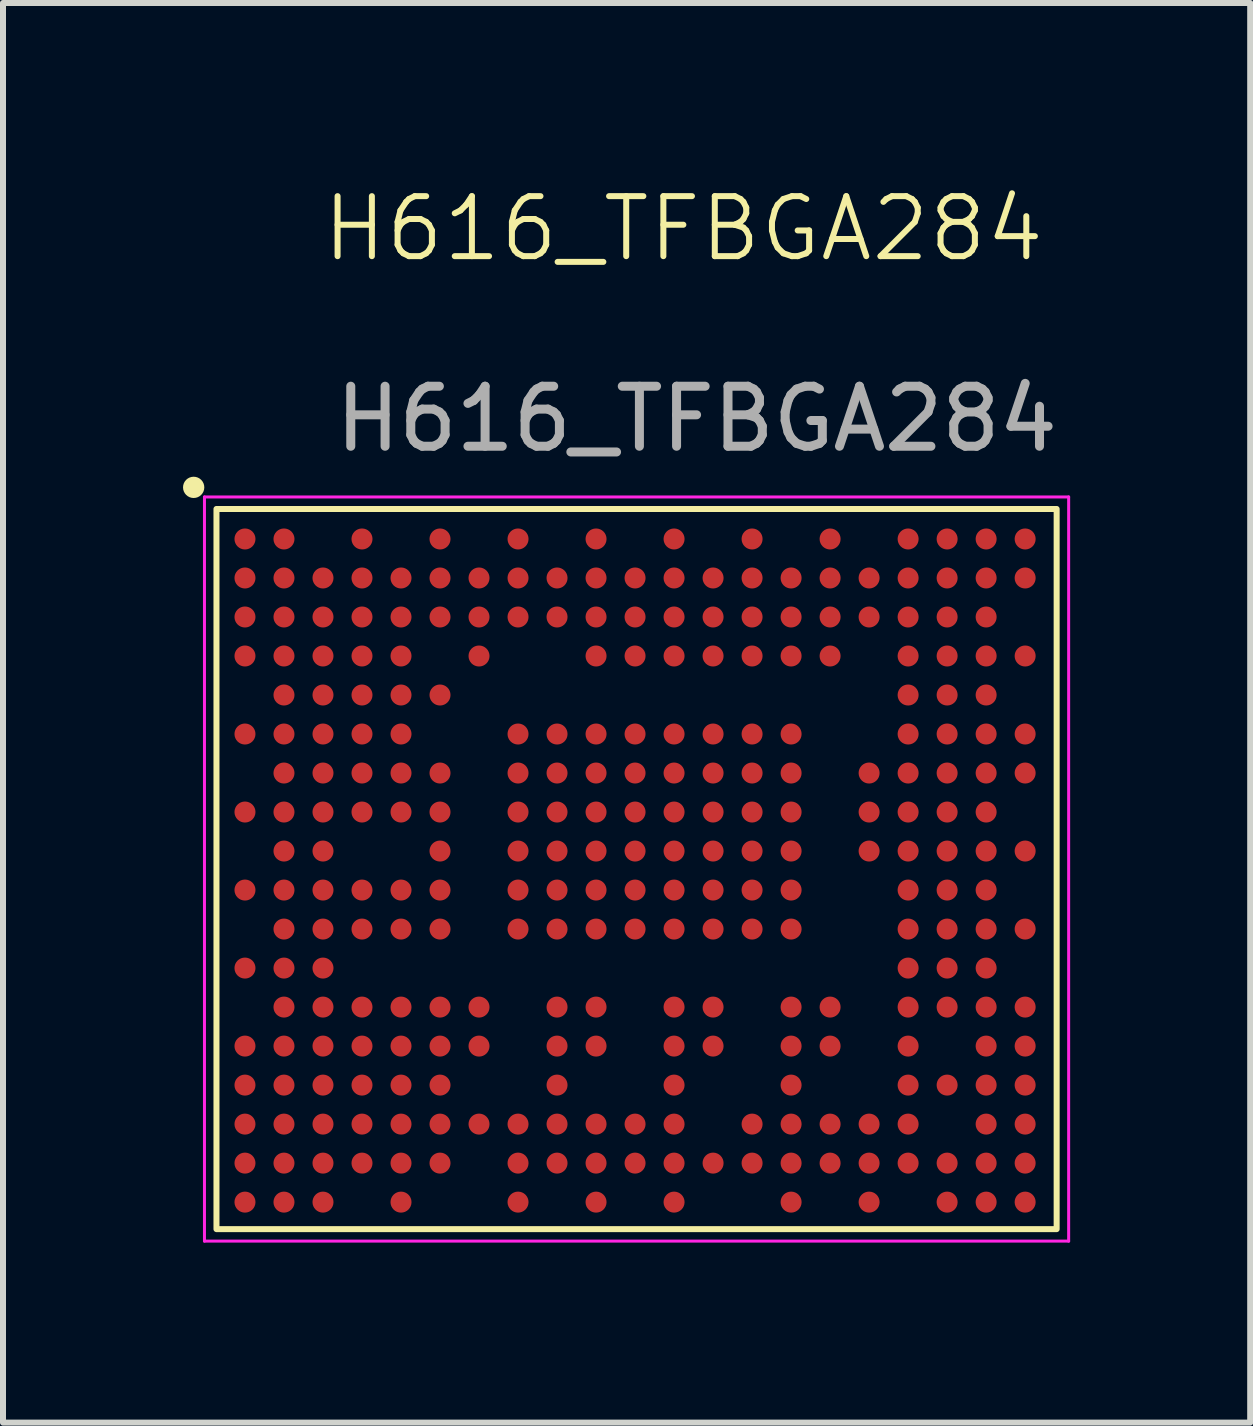
<source format=kicad_pcb>
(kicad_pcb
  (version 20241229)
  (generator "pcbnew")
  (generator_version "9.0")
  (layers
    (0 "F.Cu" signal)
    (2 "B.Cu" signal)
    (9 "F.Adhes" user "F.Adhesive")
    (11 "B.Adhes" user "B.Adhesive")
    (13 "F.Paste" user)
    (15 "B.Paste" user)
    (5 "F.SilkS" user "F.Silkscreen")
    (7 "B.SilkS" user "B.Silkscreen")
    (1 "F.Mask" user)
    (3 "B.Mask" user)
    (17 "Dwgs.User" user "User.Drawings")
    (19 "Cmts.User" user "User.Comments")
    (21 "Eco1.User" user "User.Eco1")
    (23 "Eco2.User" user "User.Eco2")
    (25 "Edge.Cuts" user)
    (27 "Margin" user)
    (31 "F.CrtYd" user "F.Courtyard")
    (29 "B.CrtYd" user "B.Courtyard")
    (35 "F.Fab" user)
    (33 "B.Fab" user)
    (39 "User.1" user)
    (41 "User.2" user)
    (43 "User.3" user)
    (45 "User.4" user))
  (footprint "H616_TFBGA284"
    (layer "F.Cu")
    (at 7.557 11.431)
    (property "Reference" "H616_TFBGA284" (at 0.78 -10.67 0) (unlocked yes) (layer "F.SilkS") (effects (font (size 1 1) (thickness 0.1))))
    (attr smd)
    (fp_rect (start -7 -6) (end 7 6) (stroke (width 0.1) (type default)) (fill no) (layer "F.SilkS"))
    (fp_circle (center -7.38 -6.36) (end -7.38 -6.36) (stroke (width 0.1) (type default)) (fill no) (layer "F.SilkS"))
    (fp_circle (center -7.38 -6.36) (end -7.35 -6.33) (stroke (width 0.1) (type default)) (fill no) (layer "F.SilkS"))
    (fp_circle (center -7.38 -6.36) (end -7.29 -6.27) (stroke (width 0.1) (type default)) (fill no) (layer "F.SilkS"))
    (fp_line (start -7.2 -6.2) (end -7.2 6.2) (stroke (width 0.05) (type default)) (layer "F.CrtYd"))
    (fp_line (start -7.2 6.2) (end 7.2 6.2) (stroke (width 0.05) (type default)) (layer "F.CrtYd"))
    (fp_line (start 7.2 -6.2) (end -7.2 -6.2) (stroke (width 0.05) (type default)) (layer "F.CrtYd"))
    (fp_line (start 7.2 6.2) (end 7.2 -6.2) (stroke (width 0.05) (type default)) (layer "F.CrtYd"))
    (fp_text user "${REFERENCE}" (at 1 -7.5 0) (unlocked yes) (layer "F.Fab") (effects (font (size 1 1) (thickness 0.15))))
    (pad "A1" smd circle (at -6.525 -5.5) (size 0.35 0.35) (layers "F.Cu" "F.Mask" "F.Paste"))
    (pad "A2" smd circle (at -5.875 -5.5) (size 0.35 0.35) (layers "F.Cu" "F.Mask" "F.Paste"))
    (pad "A4" smd circle (at -4.575 -5.5) (size 0.35 0.35) (layers "F.Cu" "F.Mask" "F.Paste"))
    (pad "A6" smd circle (at -3.275 -5.5) (size 0.35 0.35) (layers "F.Cu" "F.Mask" "F.Paste"))
    (pad "A8" smd circle (at -1.975 -5.5) (size 0.35 0.35) (layers "F.Cu" "F.Mask" "F.Paste"))
    (pad "A10" smd circle (at -0.675 -5.5) (size 0.35 0.35) (layers "F.Cu" "F.Mask" "F.Paste"))
    (pad "A12" smd circle (at 0.625 -5.5) (size 0.35 0.35) (layers "F.Cu" "F.Mask" "F.Paste"))
    (pad "A14" smd circle (at 1.925 -5.5) (size 0.35 0.35) (layers "F.Cu" "F.Mask" "F.Paste"))
    (pad "A16" smd circle (at 3.225 -5.5) (size 0.35 0.35) (layers "F.Cu" "F.Mask" "F.Paste"))
    (pad "A18" smd circle (at 4.525 -5.5) (size 0.35 0.35) (layers "F.Cu" "F.Mask" "F.Paste"))
    (pad "A19" smd circle (at 5.175 -5.5) (size 0.35 0.35) (layers "F.Cu" "F.Mask" "F.Paste"))
    (pad "A20" smd circle (at 5.825 -5.5) (size 0.35 0.35) (layers "F.Cu" "F.Mask" "F.Paste"))
    (pad "A21" smd circle (at 6.475 -5.5) (size 0.35 0.35) (layers "F.Cu" "F.Mask" "F.Paste"))
    (pad "B1" smd circle (at -6.525 -4.85) (size 0.35 0.35) (layers "F.Cu" "F.Mask" "F.Paste"))
    (pad "B2" smd circle (at -5.875 -4.85) (size 0.35 0.35) (layers "F.Cu" "F.Mask" "F.Paste"))
    (pad "B3" smd circle (at -5.225 -4.85) (size 0.35 0.35) (layers "F.Cu" "F.Mask" "F.Paste"))
    (pad "B4" smd circle (at -4.575 -4.85) (size 0.35 0.35) (layers "F.Cu" "F.Mask" "F.Paste"))
    (pad "B5" smd circle (at -3.925 -4.85) (size 0.35 0.35) (layers "F.Cu" "F.Mask" "F.Paste"))
    (pad "B6" smd circle (at -3.275 -4.85) (size 0.35 0.35) (layers "F.Cu" "F.Mask" "F.Paste"))
    (pad "B7" smd circle (at -2.625 -4.85) (size 0.35 0.35) (layers "F.Cu" "F.Mask" "F.Paste"))
    (pad "B8" smd circle (at -1.975 -4.85) (size 0.35 0.35) (layers "F.Cu" "F.Mask" "F.Paste"))
    (pad "B9" smd circle (at -1.325 -4.85) (size 0.35 0.35) (layers "F.Cu" "F.Mask" "F.Paste"))
    (pad "B10" smd circle (at -0.675 -4.85) (size 0.35 0.35) (layers "F.Cu" "F.Mask" "F.Paste"))
    (pad "B11" smd circle (at -0.025 -4.85) (size 0.35 0.35) (layers "F.Cu" "F.Mask" "F.Paste"))
    (pad "B12" smd circle (at 0.625 -4.85) (size 0.35 0.35) (layers "F.Cu" "F.Mask" "F.Paste"))
    (pad "B13" smd circle (at 1.275 -4.85) (size 0.35 0.35) (layers "F.Cu" "F.Mask" "F.Paste"))
    (pad "B14" smd circle (at 1.925 -4.85) (size 0.35 0.35) (layers "F.Cu" "F.Mask" "F.Paste"))
    (pad "B15" smd circle (at 2.575 -4.85) (size 0.35 0.35) (layers "F.Cu" "F.Mask" "F.Paste"))
    (pad "B16" smd circle (at 3.225 -4.85) (size 0.35 0.35) (layers "F.Cu" "F.Mask" "F.Paste"))
    (pad "B17" smd circle (at 3.875 -4.85) (size 0.35 0.35) (layers "F.Cu" "F.Mask" "F.Paste"))
    (pad "B18" smd circle (at 4.525 -4.85) (size 0.35 0.35) (layers "F.Cu" "F.Mask" "F.Paste"))
    (pad "B19" smd circle (at 5.175 -4.85) (size 0.35 0.35) (layers "F.Cu" "F.Mask" "F.Paste"))
    (pad "B20" smd circle (at 5.825 -4.85) (size 0.35 0.35) (layers "F.Cu" "F.Mask" "F.Paste"))
    (pad "B21" smd circle (at 6.475 -4.85) (size 0.35 0.35) (layers "F.Cu" "F.Mask" "F.Paste"))
    (pad "C1" smd circle (at -6.525 -4.2) (size 0.35 0.35) (layers "F.Cu" "F.Mask" "F.Paste"))
    (pad "C2" smd circle (at -5.875 -4.2) (size 0.35 0.35) (layers "F.Cu" "F.Mask" "F.Paste"))
    (pad "C3" smd circle (at -5.225 -4.2) (size 0.35 0.35) (layers "F.Cu" "F.Mask" "F.Paste"))
    (pad "C4" smd circle (at -4.575 -4.2) (size 0.35 0.35) (layers "F.Cu" "F.Mask" "F.Paste"))
    (pad "C5" smd circle (at -3.925 -4.2) (size 0.35 0.35) (layers "F.Cu" "F.Mask" "F.Paste"))
    (pad "C6" smd circle (at -3.275 -4.2) (size 0.35 0.35) (layers "F.Cu" "F.Mask" "F.Paste"))
    (pad "C7" smd circle (at -2.625 -4.2) (size 0.35 0.35) (layers "F.Cu" "F.Mask" "F.Paste"))
    (pad "C8" smd circle (at -1.975 -4.2) (size 0.35 0.35) (layers "F.Cu" "F.Mask" "F.Paste"))
    (pad "C9" smd circle (at -1.325 -4.2) (size 0.35 0.35) (layers "F.Cu" "F.Mask" "F.Paste"))
    (pad "C10" smd circle (at -0.675 -4.2) (size 0.35 0.35) (layers "F.Cu" "F.Mask" "F.Paste"))
    (pad "C11" smd circle (at -0.025 -4.2) (size 0.35 0.35) (layers "F.Cu" "F.Mask" "F.Paste"))
    (pad "C12" smd circle (at 0.625 -4.2) (size 0.35 0.35) (layers "F.Cu" "F.Mask" "F.Paste"))
    (pad "C13" smd circle (at 1.275 -4.2) (size 0.35 0.35) (layers "F.Cu" "F.Mask" "F.Paste"))
    (pad "C14" smd circle (at 1.925 -4.2) (size 0.35 0.35) (layers "F.Cu" "F.Mask" "F.Paste"))
    (pad "C15" smd circle (at 2.575 -4.2) (size 0.35 0.35) (layers "F.Cu" "F.Mask" "F.Paste"))
    (pad "C16" smd circle (at 3.225 -4.2) (size 0.35 0.35) (layers "F.Cu" "F.Mask" "F.Paste"))
    (pad "C17" smd circle (at 3.875 -4.2) (size 0.35 0.35) (layers "F.Cu" "F.Mask" "F.Paste"))
    (pad "C18" smd circle (at 4.525 -4.2) (size 0.35 0.35) (layers "F.Cu" "F.Mask" "F.Paste"))
    (pad "C19" smd circle (at 5.175 -4.2) (size 0.35 0.35) (layers "F.Cu" "F.Mask" "F.Paste"))
    (pad "C20" smd circle (at 5.825 -4.2) (size 0.35 0.35) (layers "F.Cu" "F.Mask" "F.Paste"))
    (pad "D1" smd circle (at -6.525 -3.55) (size 0.35 0.35) (layers "F.Cu" "F.Mask" "F.Paste"))
    (pad "D2" smd circle (at -5.875 -3.55) (size 0.35 0.35) (layers "F.Cu" "F.Mask" "F.Paste"))
    (pad "D3" smd circle (at -5.225 -3.55) (size 0.35 0.35) (layers "F.Cu" "F.Mask" "F.Paste"))
    (pad "D4" smd circle (at -4.575 -3.55) (size 0.35 0.35) (layers "F.Cu" "F.Mask" "F.Paste"))
    (pad "D5" smd circle (at -3.925 -3.55) (size 0.35 0.35) (layers "F.Cu" "F.Mask" "F.Paste"))
    (pad "D7" smd circle (at -2.625 -3.55) (size 0.35 0.35) (layers "F.Cu" "F.Mask" "F.Paste"))
    (pad "D10" smd circle (at -0.675 -3.55) (size 0.35 0.35) (layers "F.Cu" "F.Mask" "F.Paste"))
    (pad "D11" smd circle (at -0.025 -3.55) (size 0.35 0.35) (layers "F.Cu" "F.Mask" "F.Paste"))
    (pad "D12" smd circle (at 0.625 -3.55) (size 0.35 0.35) (layers "F.Cu" "F.Mask" "F.Paste"))
    (pad "D13" smd circle (at 1.275 -3.55) (size 0.35 0.35) (layers "F.Cu" "F.Mask" "F.Paste"))
    (pad "D14" smd circle (at 1.925 -3.55) (size 0.35 0.35) (layers "F.Cu" "F.Mask" "F.Paste"))
    (pad "D15" smd circle (at 2.575 -3.55) (size 0.35 0.35) (layers "F.Cu" "F.Mask" "F.Paste"))
    (pad "D16" smd circle (at 3.225 -3.55) (size 0.35 0.35) (layers "F.Cu" "F.Mask" "F.Paste"))
    (pad "D18" smd circle (at 4.525 -3.55) (size 0.35 0.35) (layers "F.Cu" "F.Mask" "F.Paste"))
    (pad "D19" smd circle (at 5.175 -3.55) (size 0.35 0.35) (layers "F.Cu" "F.Mask" "F.Paste"))
    (pad "D20" smd circle (at 5.825 -3.55) (size 0.35 0.35) (layers "F.Cu" "F.Mask" "F.Paste"))
    (pad "D21" smd circle (at 6.475 -3.55) (size 0.35 0.35) (layers "F.Cu" "F.Mask" "F.Paste"))
    (pad "E2" smd circle (at -5.875 -2.9) (size 0.35 0.35) (layers "F.Cu" "F.Mask" "F.Paste"))
    (pad "E3" smd circle (at -5.225 -2.9) (size 0.35 0.35) (layers "F.Cu" "F.Mask" "F.Paste"))
    (pad "E4" smd circle (at -4.575 -2.9) (size 0.35 0.35) (layers "F.Cu" "F.Mask" "F.Paste"))
    (pad "E5" smd circle (at -3.925 -2.9) (size 0.35 0.35) (layers "F.Cu" "F.Mask" "F.Paste"))
    (pad "E6" smd circle (at -3.275 -2.9) (size 0.35 0.35) (layers "F.Cu" "F.Mask" "F.Paste"))
    (pad "E18" smd circle (at 4.525 -2.9) (size 0.35 0.35) (layers "F.Cu" "F.Mask" "F.Paste"))
    (pad "E19" smd circle (at 5.175 -2.9) (size 0.35 0.35) (layers "F.Cu" "F.Mask" "F.Paste"))
    (pad "E20" smd circle (at 5.825 -2.9) (size 0.35 0.35) (layers "F.Cu" "F.Mask" "F.Paste"))
    (pad "F1" smd circle (at -6.525 -2.25) (size 0.35 0.35) (layers "F.Cu" "F.Mask" "F.Paste"))
    (pad "F2" smd circle (at -5.875 -2.25) (size 0.35 0.35) (layers "F.Cu" "F.Mask" "F.Paste"))
    (pad "F3" smd circle (at -5.225 -2.25) (size 0.35 0.35) (layers "F.Cu" "F.Mask" "F.Paste"))
    (pad "F4" smd circle (at -4.575 -2.25) (size 0.35 0.35) (layers "F.Cu" "F.Mask" "F.Paste"))
    (pad "F5" smd circle (at -3.925 -2.25) (size 0.35 0.35) (layers "F.Cu" "F.Mask" "F.Paste"))
    (pad "F8" smd circle (at -1.975 -2.25) (size 0.35 0.35) (layers "F.Cu" "F.Mask" "F.Paste"))
    (pad "F9" smd circle (at -1.325 -2.25) (size 0.35 0.35) (layers "F.Cu" "F.Mask" "F.Paste"))
    (pad "F10" smd circle (at -0.675 -2.25) (size 0.35 0.35) (layers "F.Cu" "F.Mask" "F.Paste"))
    (pad "F11" smd circle (at -0.025 -2.25) (size 0.35 0.35) (layers "F.Cu" "F.Mask" "F.Paste"))
    (pad "F12" smd circle (at 0.625 -2.25) (size 0.35 0.35) (layers "F.Cu" "F.Mask" "F.Paste"))
    (pad "F13" smd circle (at 1.275 -2.25) (size 0.35 0.35) (layers "F.Cu" "F.Mask" "F.Paste"))
    (pad "F14" smd circle (at 1.925 -2.25) (size 0.35 0.35) (layers "F.Cu" "F.Mask" "F.Paste"))
    (pad "F15" smd circle (at 2.575 -2.25) (size 0.35 0.35) (layers "F.Cu" "F.Mask" "F.Paste"))
    (pad "F18" smd circle (at 4.525 -2.25) (size 0.35 0.35) (layers "F.Cu" "F.Mask" "F.Paste"))
    (pad "F19" smd circle (at 5.175 -2.25) (size 0.35 0.35) (layers "F.Cu" "F.Mask" "F.Paste"))
    (pad "F20" smd circle (at 5.825 -2.25) (size 0.35 0.35) (layers "F.Cu" "F.Mask" "F.Paste"))
    (pad "F21" smd circle (at 6.475 -2.25) (size 0.35 0.35) (layers "F.Cu" "F.Mask" "F.Paste"))
    (pad "G2" smd circle (at -5.875 -1.6) (size 0.35 0.35) (layers "F.Cu" "F.Mask" "F.Paste"))
    (pad "G3" smd circle (at -5.225 -1.6) (size 0.35 0.35) (layers "F.Cu" "F.Mask" "F.Paste"))
    (pad "G4" smd circle (at -4.575 -1.6) (size 0.35 0.35) (layers "F.Cu" "F.Mask" "F.Paste"))
    (pad "G5" smd circle (at -3.925 -1.6) (size 0.35 0.35) (layers "F.Cu" "F.Mask" "F.Paste"))
    (pad "G6" smd circle (at -3.275 -1.6) (size 0.35 0.35) (layers "F.Cu" "F.Mask" "F.Paste"))
    (pad "G8" smd circle (at -1.975 -1.6) (size 0.35 0.35) (layers "F.Cu" "F.Mask" "F.Paste"))
    (pad "G9" smd circle (at -1.325 -1.6) (size 0.35 0.35) (layers "F.Cu" "F.Mask" "F.Paste"))
    (pad "G10" smd circle (at -0.675 -1.6) (size 0.35 0.35) (layers "F.Cu" "F.Mask" "F.Paste"))
    (pad "G11" smd circle (at -0.025 -1.6) (size 0.35 0.35) (layers "F.Cu" "F.Mask" "F.Paste"))
    (pad "G12" smd circle (at 0.625 -1.6) (size 0.35 0.35) (layers "F.Cu" "F.Mask" "F.Paste"))
    (pad "G13" smd circle (at 1.275 -1.6) (size 0.35 0.35) (layers "F.Cu" "F.Mask" "F.Paste"))
    (pad "G14" smd circle (at 1.925 -1.6) (size 0.35 0.35) (layers "F.Cu" "F.Mask" "F.Paste"))
    (pad "G15" smd circle (at 2.575 -1.6) (size 0.35 0.35) (layers "F.Cu" "F.Mask" "F.Paste"))
    (pad "G17" smd circle (at 3.875 -1.6) (size 0.35 0.35) (layers "F.Cu" "F.Mask" "F.Paste"))
    (pad "G18" smd circle (at 4.525 -1.6) (size 0.35 0.35) (layers "F.Cu" "F.Mask" "F.Paste"))
    (pad "G19" smd circle (at 5.175 -1.6) (size 0.35 0.35) (layers "F.Cu" "F.Mask" "F.Paste"))
    (pad "G20" smd circle (at 5.825 -1.6) (size 0.35 0.35) (layers "F.Cu" "F.Mask" "F.Paste"))
    (pad "G21" smd circle (at 6.475 -1.6) (size 0.35 0.35) (layers "F.Cu" "F.Mask" "F.Paste"))
    (pad "H1" smd circle (at -6.525 -0.95) (size 0.35 0.35) (layers "F.Cu" "F.Mask" "F.Paste"))
    (pad "H2" smd circle (at -5.875 -0.95) (size 0.35 0.35) (layers "F.Cu" "F.Mask" "F.Paste"))
    (pad "H3" smd circle (at -5.225 -0.95) (size 0.35 0.35) (layers "F.Cu" "F.Mask" "F.Paste"))
    (pad "H4" smd circle (at -4.575 -0.95) (size 0.35 0.35) (layers "F.Cu" "F.Mask" "F.Paste"))
    (pad "H5" smd circle (at -3.925 -0.95) (size 0.35 0.35) (layers "F.Cu" "F.Mask" "F.Paste"))
    (pad "H6" smd circle (at -3.275 -0.95) (size 0.35 0.35) (layers "F.Cu" "F.Mask" "F.Paste"))
    (pad "H8" smd circle (at -1.975 -0.95) (size 0.35 0.35) (layers "F.Cu" "F.Mask" "F.Paste"))
    (pad "H9" smd circle (at -1.325 -0.95) (size 0.35 0.35) (layers "F.Cu" "F.Mask" "F.Paste"))
    (pad "H10" smd circle (at -0.675 -0.95) (size 0.35 0.35) (layers "F.Cu" "F.Mask" "F.Paste"))
    (pad "H11" smd circle (at -0.025 -0.95) (size 0.35 0.35) (layers "F.Cu" "F.Mask" "F.Paste"))
    (pad "H12" smd circle (at 0.625 -0.95) (size 0.35 0.35) (layers "F.Cu" "F.Mask" "F.Paste"))
    (pad "H13" smd circle (at 1.275 -0.95) (size 0.35 0.35) (layers "F.Cu" "F.Mask" "F.Paste"))
    (pad "H14" smd circle (at 1.925 -0.95) (size 0.35 0.35) (layers "F.Cu" "F.Mask" "F.Paste"))
    (pad "H15" smd circle (at 2.575 -0.95) (size 0.35 0.35) (layers "F.Cu" "F.Mask" "F.Paste"))
    (pad "H17" smd circle (at 3.875 -0.95) (size 0.35 0.35) (layers "F.Cu" "F.Mask" "F.Paste"))
    (pad "H18" smd circle (at 4.525 -0.95) (size 0.35 0.35) (layers "F.Cu" "F.Mask" "F.Paste"))
    (pad "H19" smd circle (at 5.175 -0.95) (size 0.35 0.35) (layers "F.Cu" "F.Mask" "F.Paste"))
    (pad "H20" smd circle (at 5.825 -0.95) (size 0.35 0.35) (layers "F.Cu" "F.Mask" "F.Paste"))
    (pad "J2" smd circle (at -5.875 -0.3) (size 0.35 0.35) (layers "F.Cu" "F.Mask" "F.Paste"))
    (pad "J3" smd circle (at -5.225 -0.3) (size 0.35 0.35) (layers "F.Cu" "F.Mask" "F.Paste"))
    (pad "J6" smd circle (at -3.275 -0.3) (size 0.35 0.35) (layers "F.Cu" "F.Mask" "F.Paste"))
    (pad "J8" smd circle (at -1.975 -0.3) (size 0.35 0.35) (layers "F.Cu" "F.Mask" "F.Paste"))
    (pad "J9" smd circle (at -1.325 -0.3) (size 0.35 0.35) (layers "F.Cu" "F.Mask" "F.Paste"))
    (pad "J10" smd circle (at -0.675 -0.3) (size 0.35 0.35) (layers "F.Cu" "F.Mask" "F.Paste"))
    (pad "J11" smd circle (at -0.025 -0.3) (size 0.35 0.35) (layers "F.Cu" "F.Mask" "F.Paste"))
    (pad "J12" smd circle (at 0.625 -0.3) (size 0.35 0.35) (layers "F.Cu" "F.Mask" "F.Paste"))
    (pad "J13" smd circle (at 1.275 -0.3) (size 0.35 0.35) (layers "F.Cu" "F.Mask" "F.Paste"))
    (pad "J14" smd circle (at 1.925 -0.3) (size 0.35 0.35) (layers "F.Cu" "F.Mask" "F.Paste"))
    (pad "J15" smd circle (at 2.575 -0.3) (size 0.35 0.35) (layers "F.Cu" "F.Mask" "F.Paste"))
    (pad "J17" smd circle (at 3.875 -0.3) (size 0.35 0.35) (layers "F.Cu" "F.Mask" "F.Paste"))
    (pad "J18" smd circle (at 4.525 -0.3) (size 0.35 0.35) (layers "F.Cu" "F.Mask" "F.Paste"))
    (pad "J19" smd circle (at 5.175 -0.3) (size 0.35 0.35) (layers "F.Cu" "F.Mask" "F.Paste"))
    (pad "J20" smd circle (at 5.825 -0.3) (size 0.35 0.35) (layers "F.Cu" "F.Mask" "F.Paste"))
    (pad "J21" smd circle (at 6.475 -0.3) (size 0.35 0.35) (layers "F.Cu" "F.Mask" "F.Paste"))
    (pad "K1" smd circle (at -6.525 0.35) (size 0.35 0.35) (layers "F.Cu" "F.Mask" "F.Paste"))
    (pad "K2" smd circle (at -5.875 0.35) (size 0.35 0.35) (layers "F.Cu" "F.Mask" "F.Paste"))
    (pad "K3" smd circle (at -5.225 0.35) (size 0.35 0.35) (layers "F.Cu" "F.Mask" "F.Paste"))
    (pad "K4" smd circle (at -4.575 0.35) (size 0.35 0.35) (layers "F.Cu" "F.Mask" "F.Paste"))
    (pad "K5" smd circle (at -3.925 0.35) (size 0.35 0.35) (layers "F.Cu" "F.Mask" "F.Paste"))
    (pad "K6" smd circle (at -3.275 0.35) (size 0.35 0.35) (layers "F.Cu" "F.Mask" "F.Paste"))
    (pad "K8" smd circle (at -1.975 0.35) (size 0.35 0.35) (layers "F.Cu" "F.Mask" "F.Paste"))
    (pad "K9" smd circle (at -1.325 0.35) (size 0.35 0.35) (layers "F.Cu" "F.Mask" "F.Paste"))
    (pad "K10" smd circle (at -0.675 0.35) (size 0.35 0.35) (layers "F.Cu" "F.Mask" "F.Paste"))
    (pad "K11" smd circle (at -0.025 0.35) (size 0.35 0.35) (layers "F.Cu" "F.Mask" "F.Paste"))
    (pad "K12" smd circle (at 0.625 0.35) (size 0.35 0.35) (layers "F.Cu" "F.Mask" "F.Paste"))
    (pad "K13" smd circle (at 1.275 0.35) (size 0.35 0.35) (layers "F.Cu" "F.Mask" "F.Paste"))
    (pad "K14" smd circle (at 1.925 0.35) (size 0.35 0.35) (layers "F.Cu" "F.Mask" "F.Paste"))
    (pad "K15" smd circle (at 2.575 0.35) (size 0.35 0.35) (layers "F.Cu" "F.Mask" "F.Paste"))
    (pad "K18" smd circle (at 4.525 0.35) (size 0.35 0.35) (layers "F.Cu" "F.Mask" "F.Paste"))
    (pad "K19" smd circle (at 5.175 0.35) (size 0.35 0.35) (layers "F.Cu" "F.Mask" "F.Paste"))
    (pad "K20" smd circle (at 5.825 0.35) (size 0.35 0.35) (layers "F.Cu" "F.Mask" "F.Paste"))
    (pad "L2" smd circle (at -5.875 1) (size 0.35 0.35) (layers "F.Cu" "F.Mask" "F.Paste"))
    (pad "L3" smd circle (at -5.225 1) (size 0.35 0.35) (layers "F.Cu" "F.Mask" "F.Paste"))
    (pad "L4" smd circle (at -4.575 1) (size 0.35 0.35) (layers "F.Cu" "F.Mask" "F.Paste"))
    (pad "L5" smd circle (at -3.925 1) (size 0.35 0.35) (layers "F.Cu" "F.Mask" "F.Paste"))
    (pad "L6" smd circle (at -3.275 1) (size 0.35 0.35) (layers "F.Cu" "F.Mask" "F.Paste"))
    (pad "L8" smd circle (at -1.975 1) (size 0.35 0.35) (layers "F.Cu" "F.Mask" "F.Paste"))
    (pad "L9" smd circle (at -1.325 1) (size 0.35 0.35) (layers "F.Cu" "F.Mask" "F.Paste"))
    (pad "L10" smd circle (at -0.675 1) (size 0.35 0.35) (layers "F.Cu" "F.Mask" "F.Paste"))
    (pad "L11" smd circle (at -0.025 1) (size 0.35 0.35) (layers "F.Cu" "F.Mask" "F.Paste"))
    (pad "L12" smd circle (at 0.625 1) (size 0.35 0.35) (layers "F.Cu" "F.Mask" "F.Paste"))
    (pad "L13" smd circle (at 1.275 1) (size 0.35 0.35) (layers "F.Cu" "F.Mask" "F.Paste"))
    (pad "L14" smd circle (at 1.925 1) (size 0.35 0.35) (layers "F.Cu" "F.Mask" "F.Paste"))
    (pad "L15" smd circle (at 2.575 1) (size 0.35 0.35) (layers "F.Cu" "F.Mask" "F.Paste"))
    (pad "L18" smd circle (at 4.525 1) (size 0.35 0.35) (layers "F.Cu" "F.Mask" "F.Paste"))
    (pad "L19" smd circle (at 5.175 1) (size 0.35 0.35) (layers "F.Cu" "F.Mask" "F.Paste"))
    (pad "L20" smd circle (at 5.825 1) (size 0.35 0.35) (layers "F.Cu" "F.Mask" "F.Paste"))
    (pad "L21" smd circle (at 6.475 1) (size 0.35 0.35) (layers "F.Cu" "F.Mask" "F.Paste"))
    (pad "M1" smd circle (at -6.525 1.65) (size 0.35 0.35) (layers "F.Cu" "F.Mask" "F.Paste"))
    (pad "M2" smd circle (at -5.875 1.65) (size 0.35 0.35) (layers "F.Cu" "F.Mask" "F.Paste"))
    (pad "M3" smd circle (at -5.225 1.65) (size 0.35 0.35) (layers "F.Cu" "F.Mask" "F.Paste"))
    (pad "M18" smd circle (at 4.525 1.65) (size 0.35 0.35) (layers "F.Cu" "F.Mask" "F.Paste"))
    (pad "M19" smd circle (at 5.175 1.65) (size 0.35 0.35) (layers "F.Cu" "F.Mask" "F.Paste"))
    (pad "M20" smd circle (at 5.825 1.65) (size 0.35 0.35) (layers "F.Cu" "F.Mask" "F.Paste"))
    (pad "N2" smd circle (at -5.875 2.3) (size 0.35 0.35) (layers "F.Cu" "F.Mask" "F.Paste"))
    (pad "N3" smd circle (at -5.225 2.3) (size 0.35 0.35) (layers "F.Cu" "F.Mask" "F.Paste"))
    (pad "N4" smd circle (at -4.575 2.3) (size 0.35 0.35) (layers "F.Cu" "F.Mask" "F.Paste"))
    (pad "N5" smd circle (at -3.925 2.3) (size 0.35 0.35) (layers "F.Cu" "F.Mask" "F.Paste"))
    (pad "N6" smd circle (at -3.275 2.3) (size 0.35 0.35) (layers "F.Cu" "F.Mask" "F.Paste"))
    (pad "N7" smd circle (at -2.625 2.3) (size 0.35 0.35) (layers "F.Cu" "F.Mask" "F.Paste"))
    (pad "N9" smd circle (at -1.325 2.3) (size 0.35 0.35) (layers "F.Cu" "F.Mask" "F.Paste"))
    (pad "N10" smd circle (at -0.675 2.3) (size 0.35 0.35) (layers "F.Cu" "F.Mask" "F.Paste"))
    (pad "N12" smd circle (at 0.625 2.3) (size 0.35 0.35) (layers "F.Cu" "F.Mask" "F.Paste"))
    (pad "N13" smd circle (at 1.275 2.3) (size 0.35 0.35) (layers "F.Cu" "F.Mask" "F.Paste"))
    (pad "N15" smd circle (at 2.575 2.3) (size 0.35 0.35) (layers "F.Cu" "F.Mask" "F.Paste"))
    (pad "N16" smd circle (at 3.225 2.3) (size 0.35 0.35) (layers "F.Cu" "F.Mask" "F.Paste"))
    (pad "N18" smd circle (at 4.525 2.3) (size 0.35 0.35) (layers "F.Cu" "F.Mask" "F.Paste"))
    (pad "N19" smd circle (at 5.175 2.3) (size 0.35 0.35) (layers "F.Cu" "F.Mask" "F.Paste"))
    (pad "N20" smd circle (at 5.825 2.3) (size 0.35 0.35) (layers "F.Cu" "F.Mask" "F.Paste"))
    (pad "N21" smd circle (at 6.475 2.3) (size 0.35 0.35) (layers "F.Cu" "F.Mask" "F.Paste"))
    (pad "P1" smd circle (at -6.525 2.95) (size 0.35 0.35) (layers "F.Cu" "F.Mask" "F.Paste"))
    (pad "P2" smd circle (at -5.875 2.95) (size 0.35 0.35) (layers "F.Cu" "F.Mask" "F.Paste"))
    (pad "P3" smd circle (at -5.225 2.95) (size 0.35 0.35) (layers "F.Cu" "F.Mask" "F.Paste"))
    (pad "P4" smd circle (at -4.575 2.95) (size 0.35 0.35) (layers "F.Cu" "F.Mask" "F.Paste"))
    (pad "P5" smd circle (at -3.925 2.95) (size 0.35 0.35) (layers "F.Cu" "F.Mask" "F.Paste"))
    (pad "P6" smd circle (at -3.275 2.95) (size 0.35 0.35) (layers "F.Cu" "F.Mask" "F.Paste"))
    (pad "P7" smd circle (at -2.625 2.95) (size 0.35 0.35) (layers "F.Cu" "F.Mask" "F.Paste"))
    (pad "P9" smd circle (at -1.325 2.95) (size 0.35 0.35) (layers "F.Cu" "F.Mask" "F.Paste"))
    (pad "P10" smd circle (at -0.675 2.95) (size 0.35 0.35) (layers "F.Cu" "F.Mask" "F.Paste"))
    (pad "P12" smd circle (at 0.625 2.95) (size 0.35 0.35) (layers "F.Cu" "F.Mask" "F.Paste"))
    (pad "P13" smd circle (at 1.275 2.95) (size 0.35 0.35) (layers "F.Cu" "F.Mask" "F.Paste"))
    (pad "P15" smd circle (at 2.575 2.95) (size 0.35 0.35) (layers "F.Cu" "F.Mask" "F.Paste"))
    (pad "P16" smd circle (at 3.225 2.95) (size 0.35 0.35) (layers "F.Cu" "F.Mask" "F.Paste"))
    (pad "P18" smd circle (at 4.525 2.95) (size 0.35 0.35) (layers "F.Cu" "F.Mask" "F.Paste"))
    (pad "P20" smd circle (at 5.825 2.95) (size 0.35 0.35) (layers "F.Cu" "F.Mask" "F.Paste"))
    (pad "P21" smd circle (at 6.475 2.95) (size 0.35 0.35) (layers "F.Cu" "F.Mask" "F.Paste"))
    (pad "R1" smd circle (at -6.525 3.6) (size 0.35 0.35) (layers "F.Cu" "F.Mask" "F.Paste"))
    (pad "R2" smd circle (at -5.875 3.6) (size 0.35 0.35) (layers "F.Cu" "F.Mask" "F.Paste"))
    (pad "R3" smd circle (at -5.225 3.6) (size 0.35 0.35) (layers "F.Cu" "F.Mask" "F.Paste"))
    (pad "R4" smd circle (at -4.575 3.6) (size 0.35 0.35) (layers "F.Cu" "F.Mask" "F.Paste"))
    (pad "R5" smd circle (at -3.925 3.6) (size 0.35 0.35) (layers "F.Cu" "F.Mask" "F.Paste"))
    (pad "R6" smd circle (at -3.275 3.6) (size 0.35 0.35) (layers "F.Cu" "F.Mask" "F.Paste"))
    (pad "R9" smd circle (at -1.325 3.6) (size 0.35 0.35) (layers "F.Cu" "F.Mask" "F.Paste"))
    (pad "R12" smd circle (at 0.625 3.6) (size 0.35 0.35) (layers "F.Cu" "F.Mask" "F.Paste"))
    (pad "R15" smd circle (at 2.575 3.6) (size 0.35 0.35) (layers "F.Cu" "F.Mask" "F.Paste"))
    (pad "R18" smd circle (at 4.525 3.6) (size 0.35 0.35) (layers "F.Cu" "F.Mask" "F.Paste"))
    (pad "R19" smd circle (at 5.175 3.6) (size 0.35 0.35) (layers "F.Cu" "F.Mask" "F.Paste"))
    (pad "R20" smd circle (at 5.825 3.6) (size 0.35 0.35) (layers "F.Cu" "F.Mask" "F.Paste"))
    (pad "R21" smd circle (at 6.475 3.6) (size 0.35 0.35) (layers "F.Cu" "F.Mask" "F.Paste"))
    (pad "T1" smd circle (at -6.525 4.25) (size 0.35 0.35) (layers "F.Cu" "F.Mask" "F.Paste"))
    (pad "T2" smd circle (at -5.875 4.25) (size 0.35 0.35) (layers "F.Cu" "F.Mask" "F.Paste"))
    (pad "T3" smd circle (at -5.225 4.25) (size 0.35 0.35) (layers "F.Cu" "F.Mask" "F.Paste"))
    (pad "T4" smd circle (at -4.575 4.25) (size 0.35 0.35) (layers "F.Cu" "F.Mask" "F.Paste"))
    (pad "T5" smd circle (at -3.925 4.25) (size 0.35 0.35) (layers "F.Cu" "F.Mask" "F.Paste"))
    (pad "T6" smd circle (at -3.275 4.25) (size 0.35 0.35) (layers "F.Cu" "F.Mask" "F.Paste"))
    (pad "T7" smd circle (at -2.625 4.25) (size 0.35 0.35) (layers "F.Cu" "F.Mask" "F.Paste"))
    (pad "T8" smd circle (at -1.975 4.25) (size 0.35 0.35) (layers "F.Cu" "F.Mask" "F.Paste"))
    (pad "T9" smd circle (at -1.325 4.25) (size 0.35 0.35) (layers "F.Cu" "F.Mask" "F.Paste"))
    (pad "T10" smd circle (at -0.675 4.25) (size 0.35 0.35) (layers "F.Cu" "F.Mask" "F.Paste"))
    (pad "T11" smd circle (at -0.025 4.25) (size 0.35 0.35) (layers "F.Cu" "F.Mask" "F.Paste"))
    (pad "T12" smd circle (at 0.625 4.25) (size 0.35 0.35) (layers "F.Cu" "F.Mask" "F.Paste"))
    (pad "T14" smd circle (at 1.925 4.25) (size 0.35 0.35) (layers "F.Cu" "F.Mask" "F.Paste"))
    (pad "T15" smd circle (at 2.575 4.25) (size 0.35 0.35) (layers "F.Cu" "F.Mask" "F.Paste"))
    (pad "T16" smd circle (at 3.225 4.25) (size 0.35 0.35) (layers "F.Cu" "F.Mask" "F.Paste"))
    (pad "T17" smd circle (at 3.875 4.25) (size 0.35 0.35) (layers "F.Cu" "F.Mask" "F.Paste"))
    (pad "T18" smd circle (at 4.525 4.25) (size 0.35 0.35) (layers "F.Cu" "F.Mask" "F.Paste"))
    (pad "T20" smd circle (at 5.825 4.25) (size 0.35 0.35) (layers "F.Cu" "F.Mask" "F.Paste"))
    (pad "T21" smd circle (at 6.475 4.25) (size 0.35 0.35) (layers "F.Cu" "F.Mask" "F.Paste"))
    (pad "U1" smd circle (at -6.525 4.9) (size 0.35 0.35) (layers "F.Cu" "F.Mask" "F.Paste"))
    (pad "U2" smd circle (at -5.875 4.9) (size 0.35 0.35) (layers "F.Cu" "F.Mask" "F.Paste"))
    (pad "U3" smd circle (at -5.225 4.9) (size 0.35 0.35) (layers "F.Cu" "F.Mask" "F.Paste"))
    (pad "U4" smd circle (at -4.575 4.9) (size 0.35 0.35) (layers "F.Cu" "F.Mask" "F.Paste"))
    (pad "U5" smd circle (at -3.925 4.9) (size 0.35 0.35) (layers "F.Cu" "F.Mask" "F.Paste"))
    (pad "U6" smd circle (at -3.275 4.9) (size 0.35 0.35) (layers "F.Cu" "F.Mask" "F.Paste"))
    (pad "U8" smd circle (at -1.975 4.9) (size 0.35 0.35) (layers "F.Cu" "F.Mask" "F.Paste"))
    (pad "U9" smd circle (at -1.325 4.9) (size 0.35 0.35) (layers "F.Cu" "F.Mask" "F.Paste"))
    (pad "U10" smd circle (at -0.675 4.9) (size 0.35 0.35) (layers "F.Cu" "F.Mask" "F.Paste"))
    (pad "U11" smd circle (at -0.025 4.9) (size 0.35 0.35) (layers "F.Cu" "F.Mask" "F.Paste"))
    (pad "U12" smd circle (at 0.625 4.9) (size 0.35 0.35) (layers "F.Cu" "F.Mask" "F.Paste"))
    (pad "U13" smd circle (at 1.275 4.9) (size 0.35 0.35) (layers "F.Cu" "F.Mask" "F.Paste"))
    (pad "U14" smd circle (at 1.925 4.9) (size 0.35 0.35) (layers "F.Cu" "F.Mask" "F.Paste"))
    (pad "U15" smd circle (at 2.575 4.9) (size 0.35 0.35) (layers "F.Cu" "F.Mask" "F.Paste"))
    (pad "U16" smd circle (at 3.225 4.9) (size 0.35 0.35) (layers "F.Cu" "F.Mask" "F.Paste"))
    (pad "U17" smd circle (at 3.875 4.9) (size 0.35 0.35) (layers "F.Cu" "F.Mask" "F.Paste"))
    (pad "U18" smd circle (at 4.525 4.9) (size 0.35 0.35) (layers "F.Cu" "F.Mask" "F.Paste"))
    (pad "U19" smd circle (at 5.175 4.9) (size 0.35 0.35) (layers "F.Cu" "F.Mask" "F.Paste"))
    (pad "U20" smd circle (at 5.825 4.9) (size 0.35 0.35) (layers "F.Cu" "F.Mask" "F.Paste"))
    (pad "U21" smd circle (at 6.475 4.9) (size 0.35 0.35) (layers "F.Cu" "F.Mask" "F.Paste"))
    (pad "V1" smd circle (at -6.525 5.55) (size 0.35 0.35) (layers "F.Cu" "F.Mask" "F.Paste"))
    (pad "V2" smd circle (at -5.875 5.55) (size 0.35 0.35) (layers "F.Cu" "F.Mask" "F.Paste"))
    (pad "V3" smd circle (at -5.225 5.55) (size 0.35 0.35) (layers "F.Cu" "F.Mask" "F.Paste"))
    (pad "V5" smd circle (at -3.925 5.55) (size 0.35 0.35) (layers "F.Cu" "F.Mask" "F.Paste"))
    (pad "V8" smd circle (at -1.975 5.55) (size 0.35 0.35) (layers "F.Cu" "F.Mask" "F.Paste"))
    (pad "V10" smd circle (at -0.675 5.55) (size 0.35 0.35) (layers "F.Cu" "F.Mask" "F.Paste"))
    (pad "V12" smd circle (at 0.625 5.55) (size 0.35 0.35) (layers "F.Cu" "F.Mask" "F.Paste"))
    (pad "V15" smd circle (at 2.575 5.55) (size 0.35 0.35) (layers "F.Cu" "F.Mask" "F.Paste"))
    (pad "V17" smd circle (at 3.875 5.55) (size 0.35 0.35) (layers "F.Cu" "F.Mask" "F.Paste"))
    (pad "V19" smd circle (at 5.175 5.55) (size 0.35 0.35) (layers "F.Cu" "F.Mask" "F.Paste"))
    (pad "V20" smd circle (at 5.825 5.55) (size 0.35 0.35) (layers "F.Cu" "F.Mask" "F.Paste"))
    (pad "V21" smd circle (at 6.475 5.55) (size 0.35 0.35) (layers "F.Cu" "F.Mask" "F.Paste")))
  (gr_rect
    (start -3 -3)
    (end 17.782 20.655)
    (stroke (width 0.1) (type default))
    (fill no)
    (layer "Edge.Cuts")))
</source>
